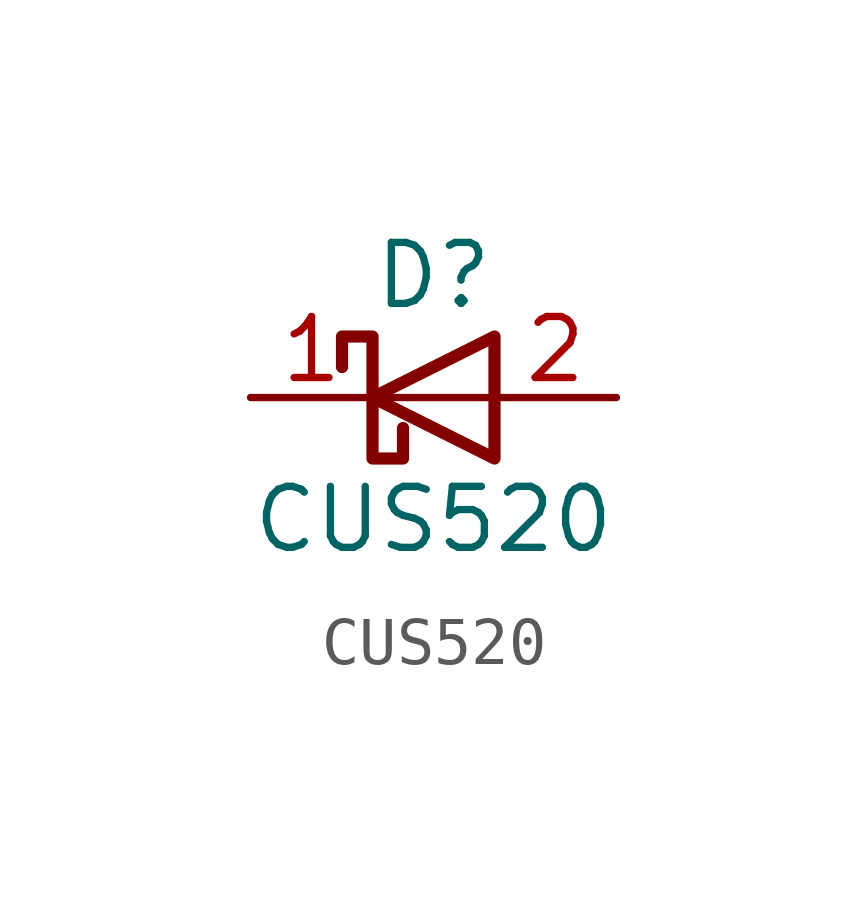
<source format=kicad_sym>
(kicad_symbol_lib
  (version 20211014)
  (generator kicad_symbol_editor)
  (symbol "CUS520"
    (pin_names hide)
    (property "Reference" "D"
      (at 0 2.54 0)
      (effects (font (size 1.27 1.27))))
    (property "Value" "CUS520"
      (at 0 -2.54 0)
      (effects (font (size 1.27 1.27))))
    (symbol "CUS520_0_1"
      (polyline (pts (xy 1.27 0) (xy -1.27 0)) (stroke (width 0) (type default) (color 0 0 0 0)) (fill (type none)))
      (polyline (pts (xy 1.27 1.27) (xy 1.27 -1.27) (xy -1.27 0) (xy 1.27 1.27)) (stroke (width 0.254) (type default) (color 0 0 0 0)) (fill (type none)))
      (polyline (pts (xy -1.905 0.635) (xy -1.905 1.27) (xy -1.27 1.27) (xy -1.27 -1.27) (xy -0.635 -1.27) (xy -0.635 -0.635)) (stroke (width 0.254) (type default) (color 0 0 0 0)) (fill (type none))))
    (symbol "CUS520_1_1"
      (pin passive line (at -3.81 0 0) (length 2.54) (name "K" (effects (font (size 1.27 1.27)))) (number "1" (effects (font (size 1.27 1.27)))))
      (pin passive line (at 3.81 0 180) (length 2.54) (name "A" (effects (font (size 1.27 1.27)))) (number "2" (effects (font (size 1.27 1.27))))))))
</source>
